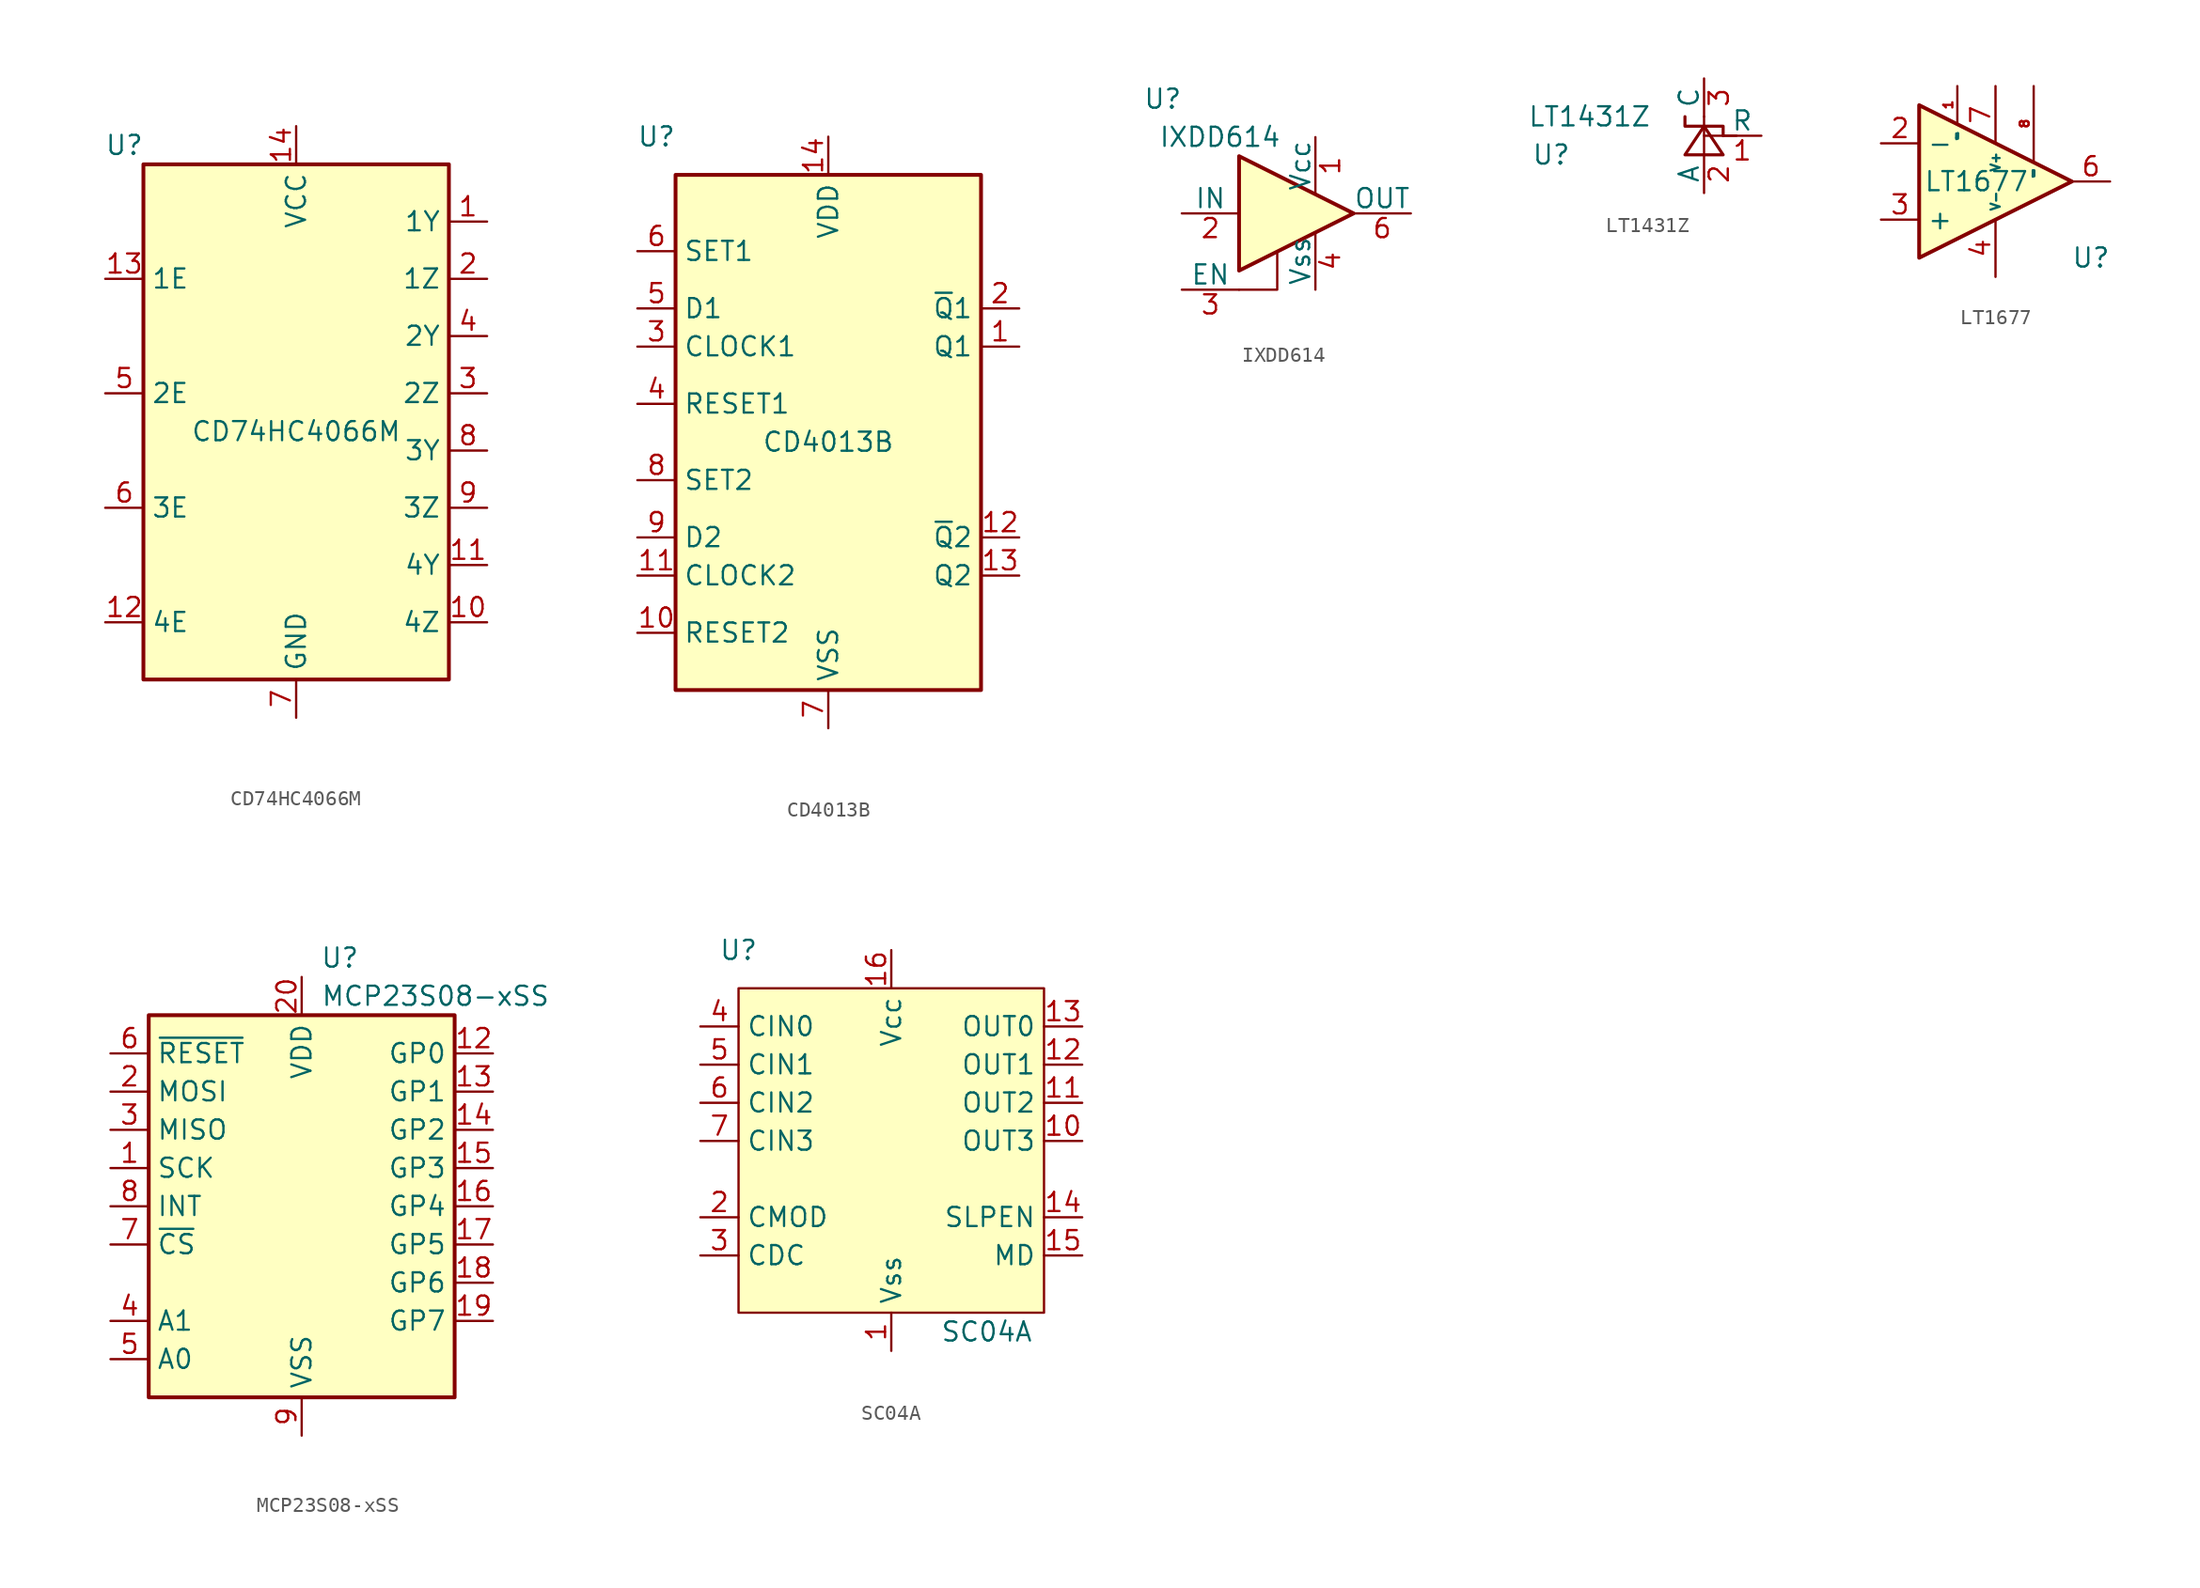
<source format=kicad_sym>
(kicad_symbol_lib
  (version 20220914)
  (generator kicad_symbol_editor)
  (symbol "CD74HC4066M"
    (property "Reference" "U"
      (at -11.43 16.51 0)
      (effects (font (size 1.27 1.27))))
    (property "Value" "CD74HC4066M"
      (at 0 -2.54 0)
      (effects (font (size 1.27 1.27))))
    (symbol "CD74HC4066M_0_1"
      (rectangle (start -10.16 15.24) (end 10.16 -19.05) (stroke (width 0.254) (type default)) (fill (type background))))
    (symbol "CD74HC4066M_1_1"
      (pin output line (at 12.7 11.43 180) (length 2.54) (name "1Y" (effects (font (size 1.27 1.27)))) (number "1" (effects (font (size 1.27 1.27)))))
      (pin output line (at 12.7 -15.24 180) (length 2.54) (name "4Z" (effects (font (size 1.27 1.27)))) (number "10" (effects (font (size 1.27 1.27)))))
      (pin output line (at 12.7 -11.43 180) (length 2.54) (name "4Y" (effects (font (size 1.27 1.27)))) (number "11" (effects (font (size 1.27 1.27)))))
      (pin input line (at -12.7 -15.24 0) (length 2.54) (name "4E" (effects (font (size 1.27 1.27)))) (number "12" (effects (font (size 1.27 1.27)))))
      (pin input line (at -12.7 7.62 0) (length 2.54) (name "1E" (effects (font (size 1.27 1.27)))) (number "13" (effects (font (size 1.27 1.27)))))
      (pin power_in line (at 0 17.78 270) (length 2.54) (name "VCC" (effects (font (size 1.27 1.27)))) (number "14" (effects (font (size 1.27 1.27)))))
      (pin output line (at 12.7 7.62 180) (length 2.54) (name "1Z" (effects (font (size 1.27 1.27)))) (number "2" (effects (font (size 1.27 1.27)))))
      (pin output line (at 12.7 0 180) (length 2.54) (name "2Z" (effects (font (size 1.27 1.27)))) (number "3" (effects (font (size 1.27 1.27)))))
      (pin output line (at 12.7 3.81 180) (length 2.54) (name "2Y" (effects (font (size 1.27 1.27)))) (number "4" (effects (font (size 1.27 1.27)))))
      (pin input line (at -12.7 0 0) (length 2.54) (name "2E" (effects (font (size 1.27 1.27)))) (number "5" (effects (font (size 1.27 1.27)))))
      (pin input line (at -12.7 -7.62 0) (length 2.54) (name "3E" (effects (font (size 1.27 1.27)))) (number "6" (effects (font (size 1.27 1.27)))))
      (pin power_in line (at 0 -21.59 90) (length 2.54) (name "GND" (effects (font (size 1.27 1.27)))) (number "7" (effects (font (size 1.27 1.27)))))
      (pin output line (at 12.7 -3.81 180) (length 2.54) (name "3Y" (effects (font (size 1.27 1.27)))) (number "8" (effects (font (size 1.27 1.27)))))
      (pin output line (at 12.7 -7.62 180) (length 2.54) (name "3Z" (effects (font (size 1.27 1.27)))) (number "9" (effects (font (size 1.27 1.27)))))))
  (symbol "CD4013B"
    (property "Reference" "U"
      (at -11.43 20.32 0)
      (effects (font (size 1.27 1.27))))
    (property "Value" "CD4013B"
      (at 0 0 0)
      (effects (font (size 1.27 1.27))))
    (symbol "CD4013B_0_1"
      (rectangle (start -10.16 17.78) (end 10.16 -16.51) (stroke (width 0.254) (type default)) (fill (type background))))
    (symbol "CD4013B_1_1"
      (pin output line (at 12.7 6.35 180) (length 2.54) (name "Q1" (effects (font (size 1.27 1.27)))) (number "1" (effects (font (size 1.27 1.27)))))
      (pin input line (at -12.7 -12.7 0) (length 2.54) (name "RESET2" (effects (font (size 1.27 1.27)))) (number "10" (effects (font (size 1.27 1.27)))))
      (pin input line (at -12.7 -8.89 0) (length 2.54) (name "CLOCK2" (effects (font (size 1.27 1.27)))) (number "11" (effects (font (size 1.27 1.27)))))
      (pin output line (at 12.7 -6.35 180) (length 2.54) (name "~{Q}2" (effects (font (size 1.27 1.27)))) (number "12" (effects (font (size 1.27 1.27)))))
      (pin output line (at 12.7 -8.89 180) (length 2.54) (name "Q2" (effects (font (size 1.27 1.27)))) (number "13" (effects (font (size 1.27 1.27)))))
      (pin power_in line (at 0 20.32 270) (length 2.54) (name "VDD" (effects (font (size 1.27 1.27)))) (number "14" (effects (font (size 1.27 1.27)))))
      (pin output line (at 12.7 8.89 180) (length 2.54) (name "~{Q}1" (effects (font (size 1.27 1.27)))) (number "2" (effects (font (size 1.27 1.27)))))
      (pin input line (at -12.7 6.35 0) (length 2.54) (name "CLOCK1" (effects (font (size 1.27 1.27)))) (number "3" (effects (font (size 1.27 1.27)))))
      (pin input line (at -12.7 2.54 0) (length 2.54) (name "RESET1" (effects (font (size 1.27 1.27)))) (number "4" (effects (font (size 1.27 1.27)))))
      (pin input line (at -12.7 8.89 0) (length 2.54) (name "D1" (effects (font (size 1.27 1.27)))) (number "5" (effects (font (size 1.27 1.27)))))
      (pin input line (at -12.7 12.7 0) (length 2.54) (name "SET1" (effects (font (size 1.27 1.27)))) (number "6" (effects (font (size 1.27 1.27)))))
      (pin power_in line (at 0 -19.05 90) (length 2.54) (name "VSS" (effects (font (size 1.27 1.27)))) (number "7" (effects (font (size 1.27 1.27)))))
      (pin input line (at -12.7 -2.54 0) (length 2.54) (name "SET2" (effects (font (size 1.27 1.27)))) (number "8" (effects (font (size 1.27 1.27)))))
      (pin input line (at -12.7 -6.35 0) (length 2.54) (name "D2" (effects (font (size 1.27 1.27)))) (number "9" (effects (font (size 1.27 1.27)))))))
  (symbol "IXDD614"
    (pin_names
      (offset 0))
    (property "Reference" "U"
      (at -8.89 7.62 0)
      (effects (font (size 1.27 1.27))))
    (property "Value" "IXDD614"
      (at -5.08 5.08 0)
      (effects (font (size 1.27 1.27))))
    (symbol "IXDD614_0_0"
      (pin power_in line (at 1.27 5.08 270) (length 2.54) hide (name "Vcc" (effects (font (size 1.27 1.27)))) (number "8" (effects (font (size 1.27 1.27))))))
    (symbol "IXDD614_0_1"
      (polyline (pts (xy -3.81 -5.08) (xy -1.27 -5.08) (xy -1.27 -2.54)) (stroke (width 0) (type default)) (fill (type none))))
    (symbol "IXDD614_1_0"
      (polyline (pts (xy -3.81 3.81) (xy -3.81 -3.81) (xy 3.81 0) (xy -3.81 3.81)) (stroke (width 0.254) (type default)) (fill (type background)))
      (pin power_in line (at 1.27 5.08 270) (length 3.81) (name "Vcc" (effects (font (size 1.27 1.27)))) (number "1" (effects (font (size 1.27 1.27)))))
      (pin input line (at -7.62 0 0) (length 3.81) (name "IN" (effects (font (size 1.27 1.27)))) (number "2" (effects (font (size 1.27 1.27)))))
      (pin input line (at -7.62 -5.08 0) (length 3.81) (name "EN" (effects (font (size 1.27 1.27)))) (number "3" (effects (font (size 1.27 1.27)))))
      (pin power_in line (at 1.27 -5.08 90) (length 3.81) (name "Vss" (effects (font (size 1.27 1.27)))) (number "4" (effects (font (size 1.27 1.27)))))
      (pin power_in line (at 1.27 -5.08 90) (length 3.81) hide (name "Vss" (effects (font (size 1.27 1.27)))) (number "5" (effects (font (size 1.27 1.27)))))
      (pin passive line (at 7.62 0 180) (length 3.81) (name "OUT" (effects (font (size 1.27 1.27)))) (number "6" (effects (font (size 1.27 1.27)))))
      (pin passive line (at 7.62 0 180) (length 3.81) hide (name "OUT" (effects (font (size 1.27 1.27)))) (number "7" (effects (font (size 1.27 1.27)))))
      (pin power_in line (at 1.27 -5.08 90) (length 3.81) hide (name "Vss" (effects (font (size 1.27 1.27)))) (number "9" (effects (font (size 1.27 1.27)))))))
  (symbol "LT1431Z"
    (pin_names
      (offset 0))
    (property "Reference" "U"
      (at -10.16 -1.27 0)
      (effects (font (size 1.27 1.27))))
    (property "Value" "LT1431Z"
      (at -7.62 1.27 0)
      (effects (font (size 1.27 1.27))))
    (symbol "LT1431Z_0_1"
      (polyline (pts (xy 0 0) (xy 2.159 0)) (stroke (width 0) (type default)) (fill (type none)))
      (polyline (pts (xy 0 -1.27) (xy 0 0) (xy 0 1.27)) (stroke (width 0) (type default)) (fill (type none)))
      (polyline (pts (xy 1.27 -1.27) (xy 0 0.635) (xy -1.27 -1.27) (xy 1.27 -1.27)) (stroke (width 0.203) (type default)) (fill (type none)))
      (polyline (pts (xy 1.27 0) (xy 1.27 0.635) (xy -1.27 0.635) (xy -1.27 1.27)) (stroke (width 0.203) (type default)) (fill (type none))))
    (symbol "LT1431Z_1_1"
      (pin input line (at 3.81 0 180) (length 2.54) (name "R" (effects (font (size 1.27 1.27)))) (number "1" (effects (font (size 1.27 1.27)))))
      (pin passive line (at 0 -3.81 90) (length 2.54) (name "A" (effects (font (size 1.27 1.27)))) (number "2" (effects (font (size 1.27 1.27)))))
      (pin passive line (at 0 3.81 270) (length 2.54) (name "C" (effects (font (size 1.27 1.27)))) (number "3" (effects (font (size 1.27 1.27)))))))
  (symbol "LT1677"
    (property "Reference" "U"
      (at 7.62 -5.08 0)
      (effects (font (size 1.27 1.27))))
    (property "Value" "LT1677"
      (at 0 0 0)
      (effects (font (size 1.27 1.27))))
    (symbol "LT1677_0_1"
      (polyline (pts (xy -3.81 5.08) (xy 6.35 0) (xy -3.81 -5.08) (xy -3.81 5.08)) (stroke (width 0.254) (type default)) (fill (type background))))
    (symbol "LT1677_1_1"
      (pin input line (at -1.27 6.35 270) (length 2.5) (name "TRIM1" (effects (font (size 0.1 0.1)))) (number "1" (effects (font (size 0.6 0.6)))))
      (pin input line (at -6.35 2.54 0) (length 2.54) (name "-" (effects (font (size 1.27 1.27)))) (number "2" (effects (font (size 1.27 1.27)))))
      (pin input line (at -6.35 -2.54 0) (length 2.54) (name "+" (effects (font (size 1.27 1.27)))) (number "3" (effects (font (size 1.27 1.27)))))
      (pin power_in line (at 1.27 -6.35 90) (length 3.81) (name "V-" (effects (font (size 0.6 0.6)))) (number "4" (effects (font (size 1.27 1.27)))))
      (pin no_connect line (at -1.27 -5.08 90) (length 1.27) hide (name "NC" (effects (font (size 0.508 0.508)))) (number "5" (effects (font (size 1.27 1.27)))))
      (pin output line (at 8.89 0 180) (length 2.54) (name "~" (effects (font (size 1.27 1.27)))) (number "6" (effects (font (size 1.27 1.27)))))
      (pin power_in line (at 1.27 6.35 270) (length 3.81) (name "V+" (effects (font (size 0.6 0.6)))) (number "7" (effects (font (size 1.27 1.27)))))
      (pin input line (at 3.81 6.35 270) (length 5) (name "TRIM8" (effects (font (size 0.1 0.1)))) (number "8" (effects (font (size 0.6 0.6)))))))
  (symbol "MCP23S08-xSS"
    (property "Reference" "U"
      (at 2.54 16.51 0)
      (effects (font (size 1.27 1.27))))
    (property "Value" "MCP23S08-xSS"
      (at 8.89 13.97 0)
      (effects (font (size 1.27 1.27))))
    (symbol "MCP23S08-xSS_0_1"
      (rectangle (start -10.16 12.7) (end 10.16 -12.7) (stroke (width 0.254) (type default)) (fill (type background))))
    (symbol "MCP23S08-xSS_1_1"
      (pin input line (at -12.7 2.54 0) (length 2.54) (name "SCK" (effects (font (size 1.27 1.27)))) (number "1" (effects (font (size 1.27 1.27)))))
      (pin no_connect line (at -10.16 -5.08 0) (length 2.54) hide (name "NC" (effects (font (size 1.27 1.27)))) (number "10" (effects (font (size 1.27 1.27)))))
      (pin no_connect line (at 10.16 -10.16 180) (length 2.54) hide (name "NC" (effects (font (size 1.27 1.27)))) (number "11" (effects (font (size 1.27 1.27)))))
      (pin bidirectional line (at 12.7 10.16 180) (length 2.54) (name "GP0" (effects (font (size 1.27 1.27)))) (number "12" (effects (font (size 1.27 1.27)))))
      (pin bidirectional line (at 12.7 7.62 180) (length 2.54) (name "GP1" (effects (font (size 1.27 1.27)))) (number "13" (effects (font (size 1.27 1.27)))))
      (pin bidirectional line (at 12.7 5.08 180) (length 2.54) (name "GP2" (effects (font (size 1.27 1.27)))) (number "14" (effects (font (size 1.27 1.27)))))
      (pin bidirectional line (at 12.7 2.54 180) (length 2.54) (name "GP3" (effects (font (size 1.27 1.27)))) (number "15" (effects (font (size 1.27 1.27)))))
      (pin bidirectional line (at 12.7 0 180) (length 2.54) (name "GP4" (effects (font (size 1.27 1.27)))) (number "16" (effects (font (size 1.27 1.27)))))
      (pin bidirectional line (at 12.7 -2.54 180) (length 2.54) (name "GP5" (effects (font (size 1.27 1.27)))) (number "17" (effects (font (size 1.27 1.27)))))
      (pin bidirectional line (at 12.7 -5.08 180) (length 2.54) (name "GP6" (effects (font (size 1.27 1.27)))) (number "18" (effects (font (size 1.27 1.27)))))
      (pin bidirectional line (at 12.7 -7.62 180) (length 2.54) (name "GP7" (effects (font (size 1.27 1.27)))) (number "19" (effects (font (size 1.27 1.27)))))
      (pin input line (at -12.7 7.62 0) (length 2.54) (name "MOSI" (effects (font (size 1.27 1.27)))) (number "2" (effects (font (size 1.27 1.27)))))
      (pin power_in line (at 0 15.24 270) (length 2.54) (name "VDD" (effects (font (size 1.27 1.27)))) (number "20" (effects (font (size 1.27 1.27)))))
      (pin output line (at -12.7 5.08 0) (length 2.54) (name "MISO" (effects (font (size 1.27 1.27)))) (number "3" (effects (font (size 1.27 1.27)))))
      (pin input line (at -12.7 -7.62 0) (length 2.54) (name "A1" (effects (font (size 1.27 1.27)))) (number "4" (effects (font (size 1.27 1.27)))))
      (pin input line (at -12.7 -10.16 0) (length 2.54) (name "A0" (effects (font (size 1.27 1.27)))) (number "5" (effects (font (size 1.27 1.27)))))
      (pin input line (at -12.7 10.16 0) (length 2.54) (name "~{RESET}" (effects (font (size 1.27 1.27)))) (number "6" (effects (font (size 1.27 1.27)))))
      (pin input line (at -12.7 -2.54 0) (length 2.54) (name "~{CS}" (effects (font (size 1.27 1.27)))) (number "7" (effects (font (size 1.27 1.27)))))
      (pin output line (at -12.7 0 0) (length 2.54) (name "INT" (effects (font (size 1.27 1.27)))) (number "8" (effects (font (size 1.27 1.27)))))
      (pin power_in line (at 0 -15.24 90) (length 2.54) (name "VSS" (effects (font (size 1.27 1.27)))) (number "9" (effects (font (size 1.27 1.27)))))))
  (symbol "SC04A"
    (property "Reference" "U"
      (at -10.16 21.59 0)
      (effects (font (size 1.27 1.27))))
    (property "Value" "SC04A"
      (at 6.35 -3.81 0)
      (effects (font (size 1.27 1.27))))
    (symbol "SC04A_0_1"
      (rectangle (start -10.16 19.05) (end 10.16 -2.54) (stroke (width 0) (type default)) (fill (type background))))
    (symbol "SC04A_1_1"
      (pin input line (at 0 -5.08 90) (length 2.54) (name "Vss" (effects (font (size 1.27 1.27)))) (number "1" (effects (font (size 1.27 1.27)))))
      (pin input line (at 12.7 8.89 180) (length 2.54) (name "OUT3" (effects (font (size 1.27 1.27)))) (number "10" (effects (font (size 1.27 1.27)))))
      (pin input line (at 12.7 11.43 180) (length 2.54) (name "OUT2" (effects (font (size 1.27 1.27)))) (number "11" (effects (font (size 1.27 1.27)))))
      (pin input line (at 12.7 13.97 180) (length 2.54) (name "OUT1" (effects (font (size 1.27 1.27)))) (number "12" (effects (font (size 1.27 1.27)))))
      (pin input line (at 12.7 16.51 180) (length 2.54) (name "OUT0" (effects (font (size 1.27 1.27)))) (number "13" (effects (font (size 1.27 1.27)))))
      (pin input line (at 12.7 3.81 180) (length 2.54) (name "SLPEN" (effects (font (size 1.27 1.27)))) (number "14" (effects (font (size 1.27 1.27)))))
      (pin input line (at 12.7 1.27 180) (length 2.54) (name "MD" (effects (font (size 1.27 1.27)))) (number "15" (effects (font (size 1.27 1.27)))))
      (pin input line (at 0 21.59 270) (length 2.54) (name "Vcc" (effects (font (size 1.27 1.27)))) (number "16" (effects (font (size 1.27 1.27)))))
      (pin input line (at -12.7 3.81 0) (length 2.54) (name "CMOD" (effects (font (size 1.27 1.27)))) (number "2" (effects (font (size 1.27 1.27)))))
      (pin input line (at -12.7 1.27 0) (length 2.54) (name "CDC" (effects (font (size 1.27 1.27)))) (number "3" (effects (font (size 1.27 1.27)))))
      (pin input line (at -12.7 16.51 0) (length 2.54) (name "CIN0" (effects (font (size 1.27 1.27)))) (number "4" (effects (font (size 1.27 1.27)))))
      (pin input line (at -12.7 13.97 0) (length 2.54) (name "CIN1" (effects (font (size 1.27 1.27)))) (number "5" (effects (font (size 1.27 1.27)))))
      (pin input line (at -12.7 11.43 0) (length 2.54) (name "CIN2" (effects (font (size 1.27 1.27)))) (number "6" (effects (font (size 1.27 1.27)))))
      (pin input line (at -12.7 8.89 0) (length 2.54) (name "CIN3" (effects (font (size 1.27 1.27)))) (number "7" (effects (font (size 1.27 1.27)))))
      (pin no_connect line (at 3.81 -2.54 90) (length 2.54) hide (name "NC" (effects (font (size 1.27 1.27)))) (number "8" (effects (font (size 1.27 1.27)))))
      (pin no_connect line (at -3.81 -2.54 90) (length 2.54) hide (name "NC" (effects (font (size 1.27 1.27)))) (number "9" (effects (font (size 1.27 1.27))))))))
</source>
